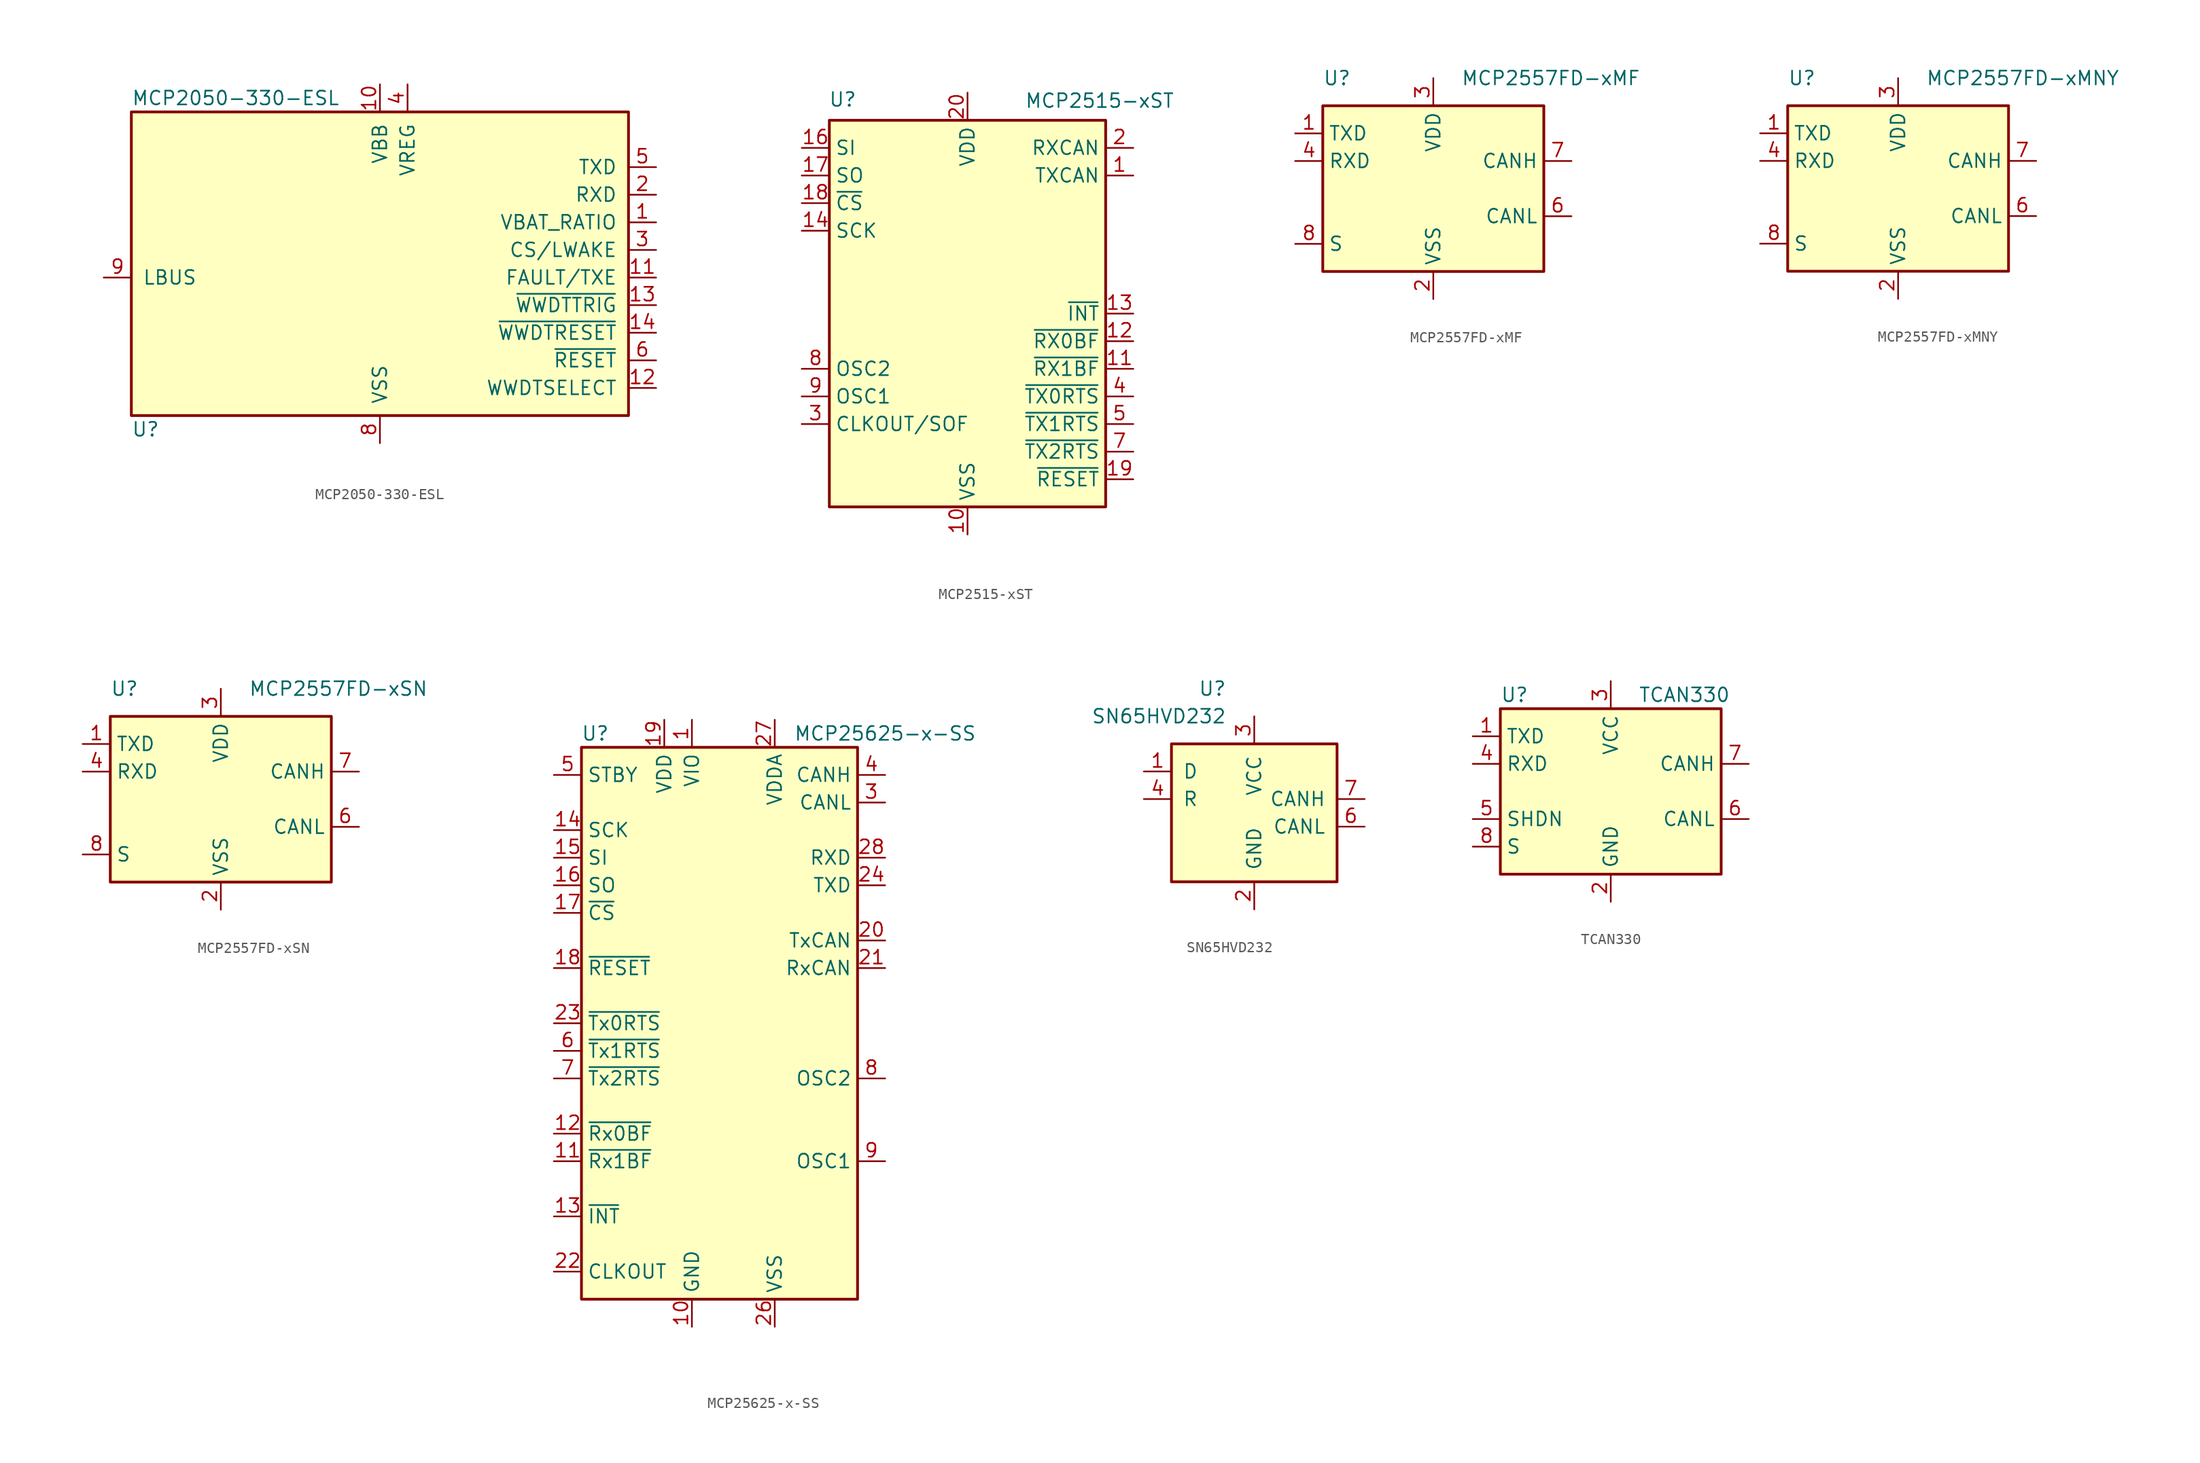
<source format=kicad_sym>
(kicad_symbol_lib
  (version 20200908)
  (generator kicad_symbol_editor)
  (symbol "Interface_CAN_LIN:MCP2050-330-ESL"
    (pin_names
      (offset 1.016))
    (property "Reference" "U"
      (at -22.86 -13.97 0)
      (effects (font (size 1.27 1.27)) (justify left)))
    (property "Value" "MCP2050-330-ESL"
      (at -22.86 16.51 0)
      (effects (font (size 1.27 1.27)) (justify left)))
    (symbol "MCP2050-330-ESL_0_1"
      (rectangle (start -22.86 15.24) (end 22.86 -12.7) (stroke (width 0.254)) (fill (type background))))
    (symbol "MCP2050-330-ESL_1_1"
      (pin output line (at 25.4 5.08 180) (length 2.54) (name "VBAT_RATIO" (effects (font (size 1.27 1.27)))) (number "1" (effects (font (size 1.27 1.27)))))
      (pin power_in line (at 0 17.78 270) (length 2.54) (name "VBB" (effects (font (size 1.27 1.27)))) (number "10" (effects (font (size 1.27 1.27)))))
      (pin open_collector line (at 25.4 0 180) (length 2.54) (name "FAULT/TXE" (effects (font (size 1.27 1.27)))) (number "11" (effects (font (size 1.27 1.27)))))
      (pin input line (at 25.4 -10.16 180) (length 2.54) (name "WWDTSELECT" (effects (font (size 1.27 1.27)))) (number "12" (effects (font (size 1.27 1.27)))))
      (pin input line (at 25.4 -2.54 180) (length 2.54) (name "~WWDTTRIG" (effects (font (size 1.27 1.27)))) (number "13" (effects (font (size 1.27 1.27)))))
      (pin output line (at 25.4 -5.08 180) (length 2.54) (name "~WWDTRESET" (effects (font (size 1.27 1.27)))) (number "14" (effects (font (size 1.27 1.27)))))
      (pin output line (at 25.4 7.62 180) (length 2.54) (name "RXD" (effects (font (size 1.27 1.27)))) (number "2" (effects (font (size 1.27 1.27)))))
      (pin input line (at 25.4 2.54 180) (length 2.54) (name "CS/LWAKE" (effects (font (size 1.27 1.27)))) (number "3" (effects (font (size 1.27 1.27)))))
      (pin power_out line (at 2.54 17.78 270) (length 2.54) (name "VREG" (effects (font (size 1.27 1.27)))) (number "4" (effects (font (size 1.27 1.27)))))
      (pin input line (at 25.4 10.16 180) (length 2.54) (name "TXD" (effects (font (size 1.27 1.27)))) (number "5" (effects (font (size 1.27 1.27)))))
      (pin output line (at 25.4 -7.62 180) (length 2.54) (name "~RESET" (effects (font (size 1.27 1.27)))) (number "6" (effects (font (size 1.27 1.27)))))
      (pin unconnected line (at -25.4 -7.62 0) (length 2.54) hide (name "NC" (effects (font (size 1.27 1.27)))) (number "7" (effects (font (size 1.27 1.27)))))
      (pin power_in line (at 0 -15.24 90) (length 2.54) (name "VSS" (effects (font (size 1.27 1.27)))) (number "8" (effects (font (size 1.27 1.27)))))
      (pin open_collector line (at -25.4 0 0) (length 2.54) (name "LBUS" (effects (font (size 1.27 1.27)))) (number "9" (effects (font (size 1.27 1.27)))))))
  (symbol "Interface_CAN_LIN:MCP2515-xST"
    (property "Reference" "U"
      (at -10.16 19.685 0)
      (effects (font (size 1.27 1.27)) (justify right)))
    (property "Value" "MCP2515-xST"
      (at 19.05 20.32 0)
      (effects (font (size 1.27 1.27)) (justify right top)))
    (symbol "MCP2515-xST_0_1"
      (rectangle (start -12.7 17.78) (end 12.7 -17.78) (stroke (width 0.254)) (fill (type background))))
    (symbol "MCP2515-xST_1_1"
      (pin output line (at 15.24 12.7 180) (length 2.54) (name "TXCAN" (effects (font (size 1.27 1.27)))) (number "1" (effects (font (size 1.27 1.27)))))
      (pin power_in line (at 0 -20.32 90) (length 2.54) (name "VSS" (effects (font (size 1.27 1.27)))) (number "10" (effects (font (size 1.27 1.27)))))
      (pin output line (at 15.24 -5.08 180) (length 2.54) (name "~RX1BF" (effects (font (size 1.27 1.27)))) (number "11" (effects (font (size 1.27 1.27)))))
      (pin output line (at 15.24 -2.54 180) (length 2.54) (name "~RX0BF" (effects (font (size 1.27 1.27)))) (number "12" (effects (font (size 1.27 1.27)))))
      (pin output line (at 15.24 0 180) (length 2.54) (name "~INT" (effects (font (size 1.27 1.27)))) (number "13" (effects (font (size 1.27 1.27)))))
      (pin input line (at -15.24 7.62 0) (length 2.54) (name "SCK" (effects (font (size 1.27 1.27)))) (number "14" (effects (font (size 1.27 1.27)))))
      (pin unconnected line (at -12.7 -2.54 0) (length 2.54) hide (name "NC" (effects (font (size 1.27 1.27)))) (number "15" (effects (font (size 1.27 1.27)))))
      (pin input line (at -15.24 15.24 0) (length 2.54) (name "SI" (effects (font (size 1.27 1.27)))) (number "16" (effects (font (size 1.27 1.27)))))
      (pin output line (at -15.24 12.7 0) (length 2.54) (name "SO" (effects (font (size 1.27 1.27)))) (number "17" (effects (font (size 1.27 1.27)))))
      (pin input line (at -15.24 10.16 0) (length 2.54) (name "~CS" (effects (font (size 1.27 1.27)))) (number "18" (effects (font (size 1.27 1.27)))))
      (pin input line (at 15.24 -15.24 180) (length 2.54) (name "~RESET" (effects (font (size 1.27 1.27)))) (number "19" (effects (font (size 1.27 1.27)))))
      (pin input line (at 15.24 15.24 180) (length 2.54) (name "RXCAN" (effects (font (size 1.27 1.27)))) (number "2" (effects (font (size 1.27 1.27)))))
      (pin power_in line (at 0 20.32 270) (length 2.54) (name "VDD" (effects (font (size 1.27 1.27)))) (number "20" (effects (font (size 1.27 1.27)))))
      (pin output line (at -15.24 -10.16 0) (length 2.54) (name "CLKOUT/SOF" (effects (font (size 1.27 1.27)))) (number "3" (effects (font (size 1.27 1.27)))))
      (pin input line (at 15.24 -7.62 180) (length 2.54) (name "~TX0RTS" (effects (font (size 1.27 1.27)))) (number "4" (effects (font (size 1.27 1.27)))))
      (pin input line (at 15.24 -10.16 180) (length 2.54) (name "~TX1RTS" (effects (font (size 1.27 1.27)))) (number "5" (effects (font (size 1.27 1.27)))))
      (pin unconnected line (at -12.7 0 0) (length 2.54) hide (name "NC" (effects (font (size 1.27 1.27)))) (number "6" (effects (font (size 1.27 1.27)))))
      (pin input line (at 15.24 -12.7 180) (length 2.54) (name "~TX2RTS" (effects (font (size 1.27 1.27)))) (number "7" (effects (font (size 1.27 1.27)))))
      (pin output line (at -15.24 -5.08 0) (length 2.54) (name "OSC2" (effects (font (size 1.27 1.27)))) (number "8" (effects (font (size 1.27 1.27)))))
      (pin input line (at -15.24 -7.62 0) (length 2.54) (name "OSC1" (effects (font (size 1.27 1.27)))) (number "9" (effects (font (size 1.27 1.27)))))))
  (symbol "Interface_CAN_LIN:MCP2557FD-xMF"
    (property "Reference" "U"
      (at -10.16 10.16 0)
      (effects (font (size 1.27 1.27)) (justify left)))
    (property "Value" "MCP2557FD-xMF"
      (at 2.54 10.16 0)
      (effects (font (size 1.27 1.27)) (justify left)))
    (symbol "MCP2557FD-xMF_0_1"
      (rectangle (start -10.16 7.62) (end 10.16 -7.62) (stroke (width 0.254)) (fill (type background))))
    (symbol "MCP2557FD-xMF_1_1"
      (pin input line (at -12.7 5.08 0) (length 2.54) (name "TXD" (effects (font (size 1.27 1.27)))) (number "1" (effects (font (size 1.27 1.27)))))
      (pin power_in line (at 0 -10.16 90) (length 2.54) (name "VSS" (effects (font (size 1.27 1.27)))) (number "2" (effects (font (size 1.27 1.27)))))
      (pin power_in line (at 0 10.16 270) (length 2.54) (name "VDD" (effects (font (size 1.27 1.27)))) (number "3" (effects (font (size 1.27 1.27)))))
      (pin output line (at -12.7 2.54 0) (length 2.54) (name "RXD" (effects (font (size 1.27 1.27)))) (number "4" (effects (font (size 1.27 1.27)))))
      (pin unconnected line (at -10.16 -2.54 0) (length 2.54) hide (name "NC" (effects (font (size 1.27 1.27)))) (number "5" (effects (font (size 1.27 1.27)))))
      (pin bidirectional line (at 12.7 -2.54 180) (length 2.54) (name "CANL" (effects (font (size 1.27 1.27)))) (number "6" (effects (font (size 1.27 1.27)))))
      (pin bidirectional line (at 12.7 2.54 180) (length 2.54) (name "CANH" (effects (font (size 1.27 1.27)))) (number "7" (effects (font (size 1.27 1.27)))))
      (pin input line (at -12.7 -5.08 0) (length 2.54) (name "S" (effects (font (size 1.27 1.27)))) (number "8" (effects (font (size 1.27 1.27)))))
      (pin passive line (at 0 -10.16 90) (length 2.54) hide (name "VSS" (effects (font (size 1.27 1.27)))) (number "9" (effects (font (size 1.27 1.27)))))))
  (symbol "Interface_CAN_LIN:MCP2557FD-xMNY"
    (property "Reference" "U"
      (at -10.16 10.16 0)
      (effects (font (size 1.27 1.27)) (justify left)))
    (property "Value" "MCP2557FD-xMNY"
      (at 2.54 10.16 0)
      (effects (font (size 1.27 1.27)) (justify left)))
    (symbol "MCP2557FD-xMNY_0_1"
      (rectangle (start -10.16 7.62) (end 10.16 -7.62) (stroke (width 0.254)) (fill (type background))))
    (symbol "MCP2557FD-xMNY_1_1"
      (pin input line (at -12.7 5.08 0) (length 2.54) (name "TXD" (effects (font (size 1.27 1.27)))) (number "1" (effects (font (size 1.27 1.27)))))
      (pin power_in line (at 0 -10.16 90) (length 2.54) (name "VSS" (effects (font (size 1.27 1.27)))) (number "2" (effects (font (size 1.27 1.27)))))
      (pin power_in line (at 0 10.16 270) (length 2.54) (name "VDD" (effects (font (size 1.27 1.27)))) (number "3" (effects (font (size 1.27 1.27)))))
      (pin output line (at -12.7 2.54 0) (length 2.54) (name "RXD" (effects (font (size 1.27 1.27)))) (number "4" (effects (font (size 1.27 1.27)))))
      (pin unconnected line (at -12.7 -2.54 0) (length 2.54) hide (name "NC" (effects (font (size 1.27 1.27)))) (number "5" (effects (font (size 1.27 1.27)))))
      (pin bidirectional line (at 12.7 -2.54 180) (length 2.54) (name "CANL" (effects (font (size 1.27 1.27)))) (number "6" (effects (font (size 1.27 1.27)))))
      (pin bidirectional line (at 12.7 2.54 180) (length 2.54) (name "CANH" (effects (font (size 1.27 1.27)))) (number "7" (effects (font (size 1.27 1.27)))))
      (pin input line (at -12.7 -5.08 0) (length 2.54) (name "S" (effects (font (size 1.27 1.27)))) (number "8" (effects (font (size 1.27 1.27)))))
      (pin passive line (at 0 -10.16 90) (length 2.54) hide (name "VSS" (effects (font (size 1.27 1.27)))) (number "9" (effects (font (size 1.27 1.27)))))))
  (symbol "Interface_CAN_LIN:MCP2557FD-xSN"
    (property "Reference" "U"
      (at -10.16 10.16 0)
      (effects (font (size 1.27 1.27)) (justify left)))
    (property "Value" "MCP2557FD-xSN"
      (at 2.54 10.16 0)
      (effects (font (size 1.27 1.27)) (justify left)))
    (symbol "MCP2557FD-xSN_0_1"
      (rectangle (start -10.16 7.62) (end 10.16 -7.62) (stroke (width 0.254)) (fill (type background))))
    (symbol "MCP2557FD-xSN_1_1"
      (pin input line (at -12.7 5.08 0) (length 2.54) (name "TXD" (effects (font (size 1.27 1.27)))) (number "1" (effects (font (size 1.27 1.27)))))
      (pin power_in line (at 0 -10.16 90) (length 2.54) (name "VSS" (effects (font (size 1.27 1.27)))) (number "2" (effects (font (size 1.27 1.27)))))
      (pin power_in line (at 0 10.16 270) (length 2.54) (name "VDD" (effects (font (size 1.27 1.27)))) (number "3" (effects (font (size 1.27 1.27)))))
      (pin output line (at -12.7 2.54 0) (length 2.54) (name "RXD" (effects (font (size 1.27 1.27)))) (number "4" (effects (font (size 1.27 1.27)))))
      (pin unconnected line (at -12.7 -2.54 0) (length 2.54) hide (name "NC" (effects (font (size 1.27 1.27)))) (number "5" (effects (font (size 1.27 1.27)))))
      (pin bidirectional line (at 12.7 -2.54 180) (length 2.54) (name "CANL" (effects (font (size 1.27 1.27)))) (number "6" (effects (font (size 1.27 1.27)))))
      (pin bidirectional line (at 12.7 2.54 180) (length 2.54) (name "CANH" (effects (font (size 1.27 1.27)))) (number "7" (effects (font (size 1.27 1.27)))))
      (pin input line (at -12.7 -5.08 0) (length 2.54) (name "S" (effects (font (size 1.27 1.27)))) (number "8" (effects (font (size 1.27 1.27)))))))
  (symbol "Interface_CAN_LIN:MCP25625-x-SS"
    (property "Reference" "U"
      (at -11.43 26.67 0)
      (effects (font (size 1.27 1.27))))
    (property "Value" "MCP25625-x-SS"
      (at 15.24 26.67 0)
      (effects (font (size 1.27 1.27))))
    (symbol "MCP25625-x-SS_0_1"
      (rectangle (start -12.7 25.4) (end 12.7 -25.4) (stroke (width 0.254)) (fill (type background))))
    (symbol "MCP25625-x-SS_1_1"
      (pin power_in line (at -2.54 27.94 270) (length 2.54) (name "VIO" (effects (font (size 1.27 1.27)))) (number "1" (effects (font (size 1.27 1.27)))))
      (pin power_in line (at -2.54 -27.94 90) (length 2.54) (name "GND" (effects (font (size 1.27 1.27)))) (number "10" (effects (font (size 1.27 1.27)))))
      (pin output line (at -15.24 -12.7 0) (length 2.54) (name "~Rx1BF" (effects (font (size 1.27 1.27)))) (number "11" (effects (font (size 1.27 1.27)))))
      (pin output line (at -15.24 -10.16 0) (length 2.54) (name "~Rx0BF" (effects (font (size 1.27 1.27)))) (number "12" (effects (font (size 1.27 1.27)))))
      (pin output line (at -15.24 -17.78 0) (length 2.54) (name "~INT" (effects (font (size 1.27 1.27)))) (number "13" (effects (font (size 1.27 1.27)))))
      (pin input line (at -15.24 17.78 0) (length 2.54) (name "SCK" (effects (font (size 1.27 1.27)))) (number "14" (effects (font (size 1.27 1.27)))))
      (pin input line (at -15.24 15.24 0) (length 2.54) (name "SI" (effects (font (size 1.27 1.27)))) (number "15" (effects (font (size 1.27 1.27)))))
      (pin output line (at -15.24 12.7 0) (length 2.54) (name "SO" (effects (font (size 1.27 1.27)))) (number "16" (effects (font (size 1.27 1.27)))))
      (pin input line (at -15.24 10.16 0) (length 2.54) (name "~CS" (effects (font (size 1.27 1.27)))) (number "17" (effects (font (size 1.27 1.27)))))
      (pin input line (at -15.24 5.08 0) (length 2.54) (name "~RESET" (effects (font (size 1.27 1.27)))) (number "18" (effects (font (size 1.27 1.27)))))
      (pin power_in line (at -5.08 27.94 270) (length 2.54) (name "VDD" (effects (font (size 1.27 1.27)))) (number "19" (effects (font (size 1.27 1.27)))))
      (pin unconnected line (at 12.7 -15.24 180) (length 2.54) hide (name "NC" (effects (font (size 1.27 1.27)))) (number "2" (effects (font (size 1.27 1.27)))))
      (pin output line (at 15.24 7.62 180) (length 2.54) (name "TxCAN" (effects (font (size 1.27 1.27)))) (number "20" (effects (font (size 1.27 1.27)))))
      (pin input line (at 15.24 5.08 180) (length 2.54) (name "RxCAN" (effects (font (size 1.27 1.27)))) (number "21" (effects (font (size 1.27 1.27)))))
      (pin output line (at -15.24 -22.86 0) (length 2.54) (name "CLKOUT" (effects (font (size 1.27 1.27)))) (number "22" (effects (font (size 1.27 1.27)))))
      (pin input line (at -15.24 0 0) (length 2.54) (name "~Tx0RTS" (effects (font (size 1.27 1.27)))) (number "23" (effects (font (size 1.27 1.27)))))
      (pin input line (at 15.24 12.7 180) (length 2.54) (name "TXD" (effects (font (size 1.27 1.27)))) (number "24" (effects (font (size 1.27 1.27)))))
      (pin unconnected line (at 12.7 -17.78 180) (length 2.54) hide (name "NC" (effects (font (size 1.27 1.27)))) (number "25" (effects (font (size 1.27 1.27)))))
      (pin power_in line (at 5.08 -27.94 90) (length 2.54) (name "VSS" (effects (font (size 1.27 1.27)))) (number "26" (effects (font (size 1.27 1.27)))))
      (pin power_in line (at 5.08 27.94 270) (length 2.54) (name "VDDA" (effects (font (size 1.27 1.27)))) (number "27" (effects (font (size 1.27 1.27)))))
      (pin output line (at 15.24 15.24 180) (length 2.54) (name "RXD" (effects (font (size 1.27 1.27)))) (number "28" (effects (font (size 1.27 1.27)))))
      (pin bidirectional line (at 15.24 20.32 180) (length 2.54) (name "CANL" (effects (font (size 1.27 1.27)))) (number "3" (effects (font (size 1.27 1.27)))))
      (pin bidirectional line (at 15.24 22.86 180) (length 2.54) (name "CANH" (effects (font (size 1.27 1.27)))) (number "4" (effects (font (size 1.27 1.27)))))
      (pin input line (at -15.24 22.86 0) (length 2.54) (name "STBY" (effects (font (size 1.27 1.27)))) (number "5" (effects (font (size 1.27 1.27)))))
      (pin input line (at -15.24 -2.54 0) (length 2.54) (name "~Tx1RTS" (effects (font (size 1.27 1.27)))) (number "6" (effects (font (size 1.27 1.27)))))
      (pin input line (at -15.24 -5.08 0) (length 2.54) (name "~Tx2RTS" (effects (font (size 1.27 1.27)))) (number "7" (effects (font (size 1.27 1.27)))))
      (pin output line (at 15.24 -5.08 180) (length 2.54) (name "OSC2" (effects (font (size 1.27 1.27)))) (number "8" (effects (font (size 1.27 1.27)))))
      (pin input line (at 15.24 -12.7 180) (length 2.54) (name "OSC1" (effects (font (size 1.27 1.27)))) (number "9" (effects (font (size 1.27 1.27)))))))
  (symbol "Interface_CAN_LIN:SN65HVD232"
    (pin_names
      (offset 1.016))
    (property "Reference" "U"
      (at -2.54 10.16 0)
      (effects (font (size 1.27 1.27)) (justify right)))
    (property "Value" "SN65HVD232"
      (at -2.54 7.62 0)
      (effects (font (size 1.27 1.27)) (justify right)))
    (symbol "SN65HVD232_0_1"
      (rectangle (start -7.62 5.08) (end 7.62 -7.62) (stroke (width 0.254)) (fill (type background))))
    (symbol "SN65HVD232_1_1"
      (pin input line (at -10.16 2.54 0) (length 2.54) (name "D" (effects (font (size 1.27 1.27)))) (number "1" (effects (font (size 1.27 1.27)))))
      (pin power_in line (at 0 -10.16 90) (length 2.54) (name "GND" (effects (font (size 1.27 1.27)))) (number "2" (effects (font (size 1.27 1.27)))))
      (pin power_in line (at 0 7.62 270) (length 2.54) (name "VCC" (effects (font (size 1.27 1.27)))) (number "3" (effects (font (size 1.27 1.27)))))
      (pin output line (at -10.16 0 0) (length 2.54) (name "R" (effects (font (size 1.27 1.27)))) (number "4" (effects (font (size 1.27 1.27)))))
      (pin unconnected line (at -10.16 -2.54 0) (length 2.54) hide (name "NC" (effects (font (size 1.27 1.27)))) (number "5" (effects (font (size 1.27 1.27)))))
      (pin bidirectional line (at 10.16 -2.54 180) (length 2.54) (name "CANL" (effects (font (size 1.27 1.27)))) (number "6" (effects (font (size 1.27 1.27)))))
      (pin bidirectional line (at 10.16 0 180) (length 2.54) (name "CANH" (effects (font (size 1.27 1.27)))) (number "7" (effects (font (size 1.27 1.27)))))
      (pin unconnected line (at -10.16 -5.08 0) (length 2.54) hide (name "NC" (effects (font (size 1.27 1.27)))) (number "8" (effects (font (size 1.27 1.27)))))))
  (symbol "Interface_CAN_LIN:TCAN330"
    (property "Reference" "U"
      (at -10.16 8.89 0)
      (effects (font (size 1.27 1.27)) (justify left)))
    (property "Value" "TCAN330"
      (at 2.54 8.89 0)
      (effects (font (size 1.27 1.27)) (justify left)))
    (symbol "TCAN330_0_1"
      (rectangle (start -10.16 7.62) (end 10.16 -7.62) (stroke (width 0.254)) (fill (type background))))
    (symbol "TCAN330_1_1"
      (pin input line (at -12.7 5.08 0) (length 2.54) (name "TXD" (effects (font (size 1.27 1.27)))) (number "1" (effects (font (size 1.27 1.27)))))
      (pin power_in line (at 0 -10.16 90) (length 2.54) (name "GND" (effects (font (size 1.27 1.27)))) (number "2" (effects (font (size 1.27 1.27)))))
      (pin power_in line (at 0 10.16 270) (length 2.54) (name "VCC" (effects (font (size 1.27 1.27)))) (number "3" (effects (font (size 1.27 1.27)))))
      (pin tri_state line (at -12.7 2.54 0) (length 2.54) (name "RXD" (effects (font (size 1.27 1.27)))) (number "4" (effects (font (size 1.27 1.27)))))
      (pin input line (at -12.7 -2.54 0) (length 2.54) (name "SHDN" (effects (font (size 1.27 1.27)))) (number "5" (effects (font (size 1.27 1.27)))))
      (pin bidirectional line (at 12.7 -2.54 180) (length 2.54) (name "CANL" (effects (font (size 1.27 1.27)))) (number "6" (effects (font (size 1.27 1.27)))))
      (pin bidirectional line (at 12.7 2.54 180) (length 2.54) (name "CANH" (effects (font (size 1.27 1.27)))) (number "7" (effects (font (size 1.27 1.27)))))
      (pin input line (at -12.7 -5.08 0) (length 2.54) (name "S" (effects (font (size 1.27 1.27)))) (number "8" (effects (font (size 1.27 1.27))))))))
</source>
